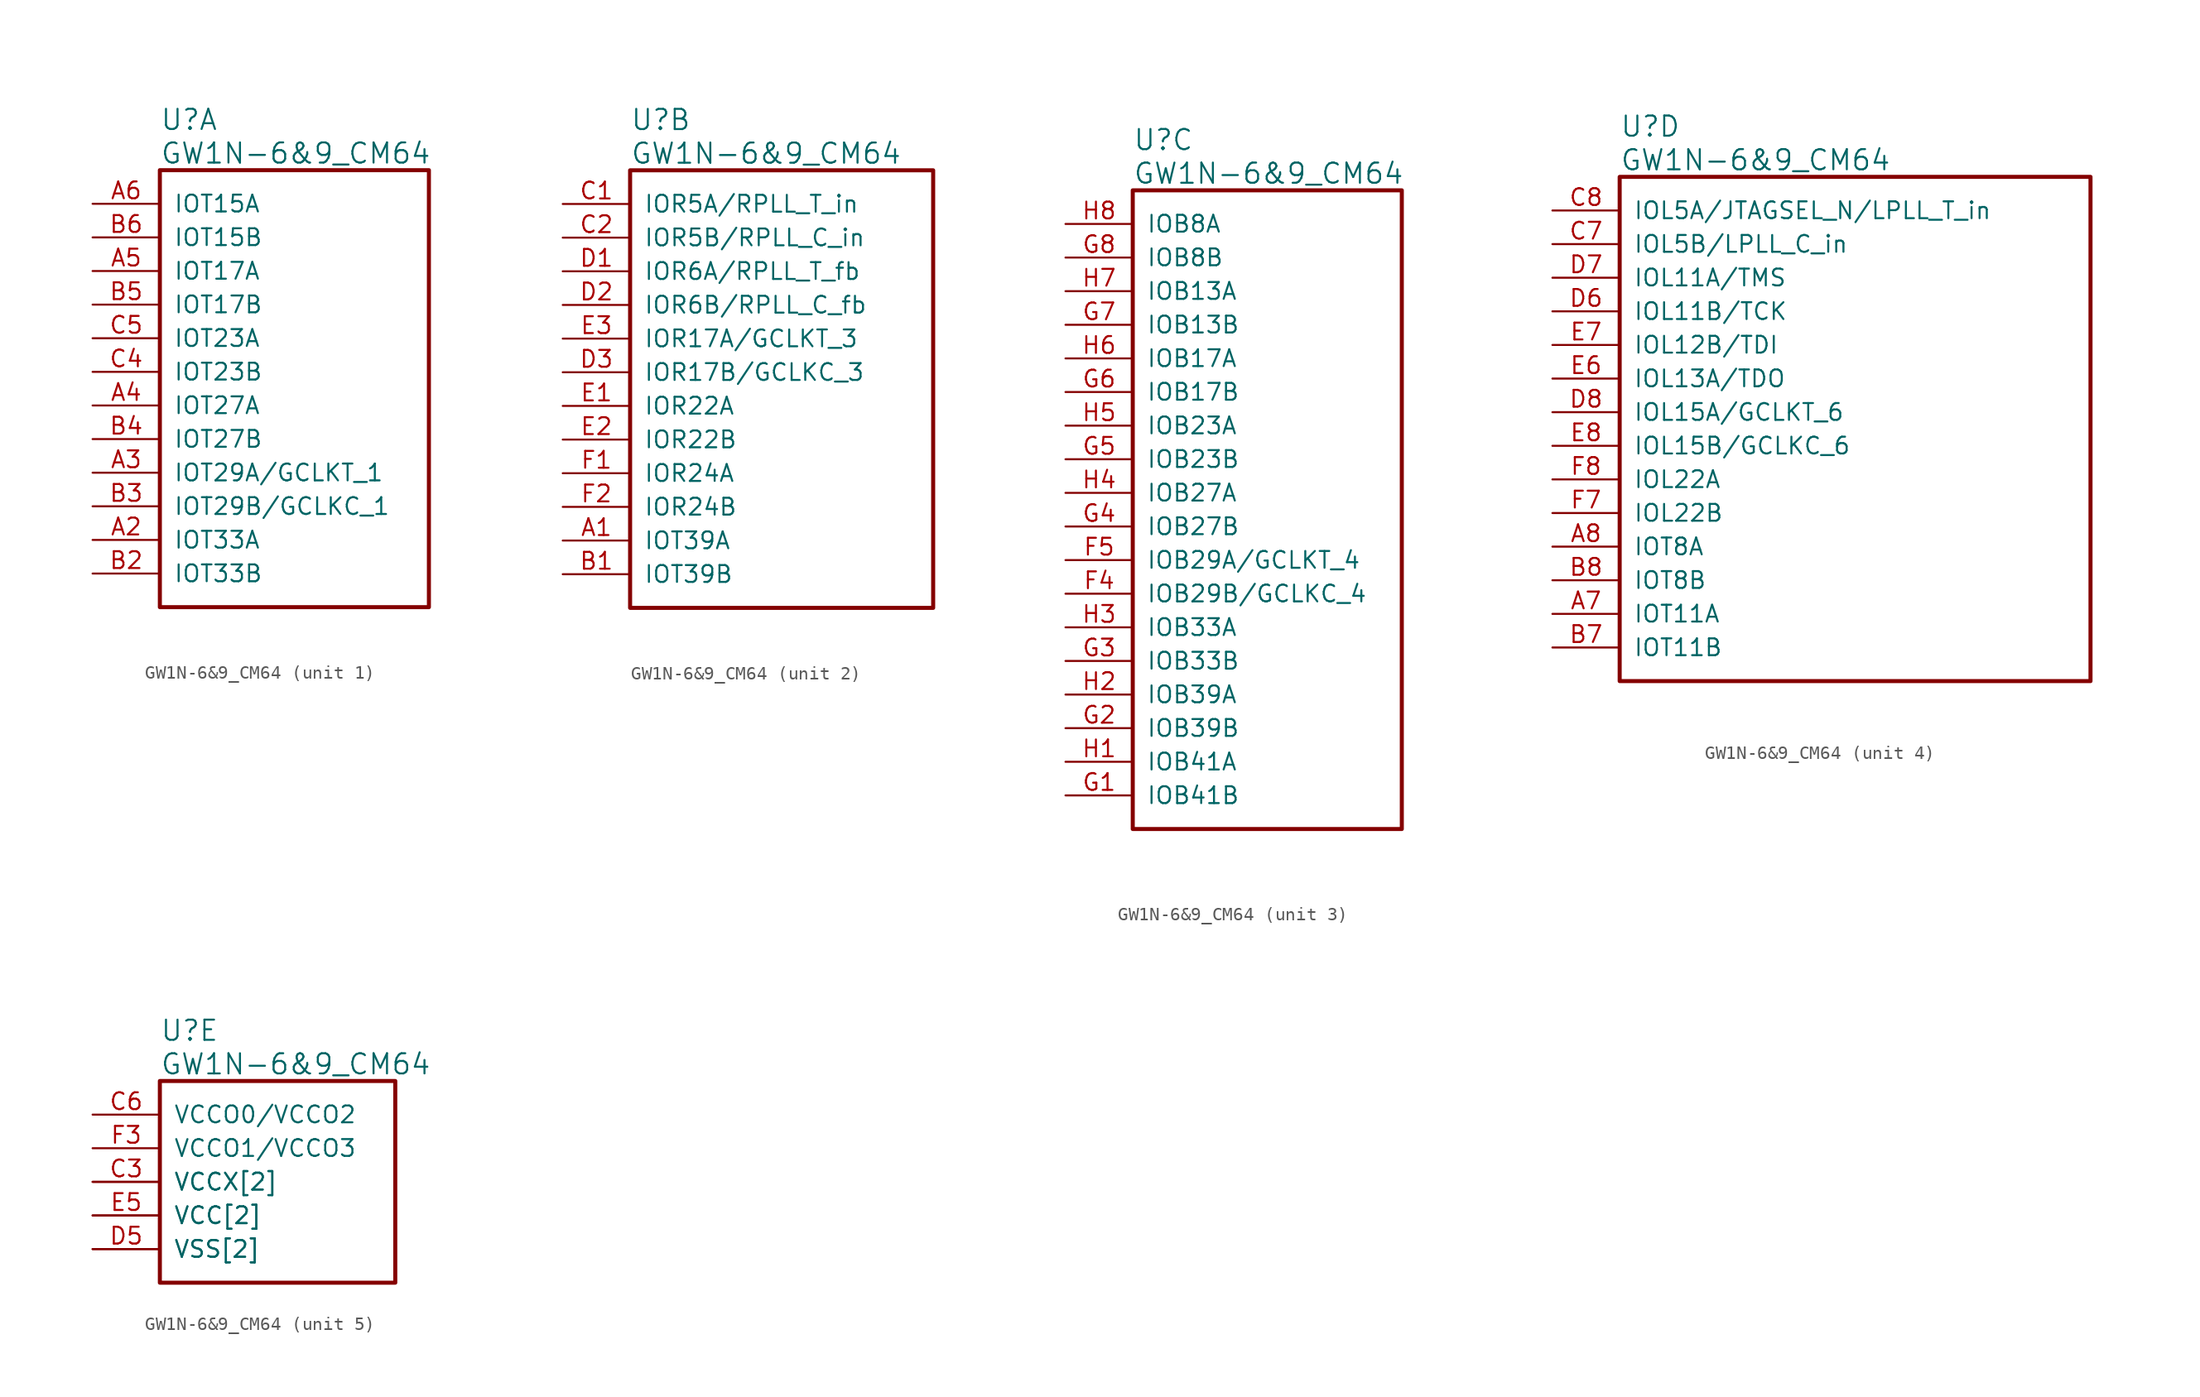
<source format=kicad_sym>
(kicad_symbol_lib
  (version 20220914)
  (generator kicad_symbol_editor)
  (symbol "GW1N-6&9_CM64"
    (pin_names
      (offset 1.016))
    (property "Reference" "U"
      (at 5.08 6.35 0)
      (effects (font (size 1.524 1.524)) (justify left)))
    (property "Value" "GW1N-6&9_CM64"
      (at 5.08 3.81 0)
      (effects (font (size 1.524 1.524)) (justify left)))
    (property "ki_locked" ""
      (at 0 0 0)
      (effects (font (size 1.27 1.27))))
    (symbol "GW1N-6&9_CM64_1_1"
      (rectangle (start 5.08 2.54) (end 25.4 -30.48) (stroke (width 0.305) (type solid)) (fill (type none)))
      (pin bidirectional line (at 0 -25.4 0) (length 5.08) (name "IOT33A" (effects (font (size 1.27 1.27)))) (number "A2" (effects (font (size 1.27 1.27)))))
      (pin bidirectional line (at 0 -20.32 0) (length 5.08) (name "IOT29A/GCLKT_1" (effects (font (size 1.27 1.27)))) (number "A3" (effects (font (size 1.27 1.27)))))
      (pin bidirectional line (at 0 -15.24 0) (length 5.08) (name "IOT27A" (effects (font (size 1.27 1.27)))) (number "A4" (effects (font (size 1.27 1.27)))))
      (pin bidirectional line (at 0 -5.08 0) (length 5.08) (name "IOT17A" (effects (font (size 1.27 1.27)))) (number "A5" (effects (font (size 1.27 1.27)))))
      (pin bidirectional line (at 0 0 0) (length 5.08) (name "IOT15A" (effects (font (size 1.27 1.27)))) (number "A6" (effects (font (size 1.27 1.27)))))
      (pin bidirectional line (at 0 -27.94 0) (length 5.08) (name "IOT33B" (effects (font (size 1.27 1.27)))) (number "B2" (effects (font (size 1.27 1.27)))))
      (pin bidirectional line (at 0 -22.86 0) (length 5.08) (name "IOT29B/GCLKC_1" (effects (font (size 1.27 1.27)))) (number "B3" (effects (font (size 1.27 1.27)))))
      (pin bidirectional line (at 0 -17.78 0) (length 5.08) (name "IOT27B" (effects (font (size 1.27 1.27)))) (number "B4" (effects (font (size 1.27 1.27)))))
      (pin bidirectional line (at 0 -7.62 0) (length 5.08) (name "IOT17B" (effects (font (size 1.27 1.27)))) (number "B5" (effects (font (size 1.27 1.27)))))
      (pin bidirectional line (at 0 -2.54 0) (length 5.08) (name "IOT15B" (effects (font (size 1.27 1.27)))) (number "B6" (effects (font (size 1.27 1.27)))))
      (pin bidirectional line (at 0 -12.7 0) (length 5.08) (name "IOT23B" (effects (font (size 1.27 1.27)))) (number "C4" (effects (font (size 1.27 1.27)))))
      (pin bidirectional line (at 0 -10.16 0) (length 5.08) (name "IOT23A" (effects (font (size 1.27 1.27)))) (number "C5" (effects (font (size 1.27 1.27))))))
    (symbol "GW1N-6&9_CM64_2_1"
      (rectangle (start 5.08 2.54) (end 27.94 -30.48) (stroke (width 0.305) (type solid)) (fill (type none)))
      (pin bidirectional line (at 0 -25.4 0) (length 5.08) (name "IOT39A" (effects (font (size 1.27 1.27)))) (number "A1" (effects (font (size 1.27 1.27)))))
      (pin bidirectional line (at 0 -27.94 0) (length 5.08) (name "IOT39B" (effects (font (size 1.27 1.27)))) (number "B1" (effects (font (size 1.27 1.27)))))
      (pin bidirectional line (at 0 0 0) (length 5.08) (name "IOR5A/RPLL_T_in" (effects (font (size 1.27 1.27)))) (number "C1" (effects (font (size 1.27 1.27)))))
      (pin bidirectional line (at 0 -2.54 0) (length 5.08) (name "IOR5B/RPLL_C_in" (effects (font (size 1.27 1.27)))) (number "C2" (effects (font (size 1.27 1.27)))))
      (pin bidirectional line (at 0 -5.08 0) (length 5.08) (name "IOR6A/RPLL_T_fb" (effects (font (size 1.27 1.27)))) (number "D1" (effects (font (size 1.27 1.27)))))
      (pin bidirectional line (at 0 -7.62 0) (length 5.08) (name "IOR6B/RPLL_C_fb" (effects (font (size 1.27 1.27)))) (number "D2" (effects (font (size 1.27 1.27)))))
      (pin bidirectional line (at 0 -12.7 0) (length 5.08) (name "IOR17B/GCLKC_3" (effects (font (size 1.27 1.27)))) (number "D3" (effects (font (size 1.27 1.27)))))
      (pin bidirectional line (at 0 -15.24 0) (length 5.08) (name "IOR22A" (effects (font (size 1.27 1.27)))) (number "E1" (effects (font (size 1.27 1.27)))))
      (pin bidirectional line (at 0 -17.78 0) (length 5.08) (name "IOR22B" (effects (font (size 1.27 1.27)))) (number "E2" (effects (font (size 1.27 1.27)))))
      (pin bidirectional line (at 0 -10.16 0) (length 5.08) (name "IOR17A/GCLKT_3" (effects (font (size 1.27 1.27)))) (number "E3" (effects (font (size 1.27 1.27)))))
      (pin bidirectional line (at 0 -20.32 0) (length 5.08) (name "IOR24A" (effects (font (size 1.27 1.27)))) (number "F1" (effects (font (size 1.27 1.27)))))
      (pin bidirectional line (at 0 -22.86 0) (length 5.08) (name "IOR24B" (effects (font (size 1.27 1.27)))) (number "F2" (effects (font (size 1.27 1.27))))))
    (symbol "GW1N-6&9_CM64_3_1"
      (rectangle (start 5.08 2.54) (end 25.4 -45.72) (stroke (width 0.305) (type solid)) (fill (type none)))
      (pin bidirectional line (at 0 -27.94 0) (length 5.08) (name "IOB29B/GCLKC_4" (effects (font (size 1.27 1.27)))) (number "F4" (effects (font (size 1.27 1.27)))))
      (pin bidirectional line (at 0 -25.4 0) (length 5.08) (name "IOB29A/GCLKT_4" (effects (font (size 1.27 1.27)))) (number "F5" (effects (font (size 1.27 1.27)))))
      (pin bidirectional line (at 0 -43.18 0) (length 5.08) (name "IOB41B" (effects (font (size 1.27 1.27)))) (number "G1" (effects (font (size 1.27 1.27)))))
      (pin bidirectional line (at 0 -38.1 0) (length 5.08) (name "IOB39B" (effects (font (size 1.27 1.27)))) (number "G2" (effects (font (size 1.27 1.27)))))
      (pin bidirectional line (at 0 -33.02 0) (length 5.08) (name "IOB33B" (effects (font (size 1.27 1.27)))) (number "G3" (effects (font (size 1.27 1.27)))))
      (pin bidirectional line (at 0 -22.86 0) (length 5.08) (name "IOB27B" (effects (font (size 1.27 1.27)))) (number "G4" (effects (font (size 1.27 1.27)))))
      (pin bidirectional line (at 0 -17.78 0) (length 5.08) (name "IOB23B" (effects (font (size 1.27 1.27)))) (number "G5" (effects (font (size 1.27 1.27)))))
      (pin bidirectional line (at 0 -12.7 0) (length 5.08) (name "IOB17B" (effects (font (size 1.27 1.27)))) (number "G6" (effects (font (size 1.27 1.27)))))
      (pin bidirectional line (at 0 -7.62 0) (length 5.08) (name "IOB13B" (effects (font (size 1.27 1.27)))) (number "G7" (effects (font (size 1.27 1.27)))))
      (pin bidirectional line (at 0 -2.54 0) (length 5.08) (name "IOB8B" (effects (font (size 1.27 1.27)))) (number "G8" (effects (font (size 1.27 1.27)))))
      (pin bidirectional line (at 0 -40.64 0) (length 5.08) (name "IOB41A" (effects (font (size 1.27 1.27)))) (number "H1" (effects (font (size 1.27 1.27)))))
      (pin bidirectional line (at 0 -35.56 0) (length 5.08) (name "IOB39A" (effects (font (size 1.27 1.27)))) (number "H2" (effects (font (size 1.27 1.27)))))
      (pin bidirectional line (at 0 -30.48 0) (length 5.08) (name "IOB33A" (effects (font (size 1.27 1.27)))) (number "H3" (effects (font (size 1.27 1.27)))))
      (pin bidirectional line (at 0 -20.32 0) (length 5.08) (name "IOB27A" (effects (font (size 1.27 1.27)))) (number "H4" (effects (font (size 1.27 1.27)))))
      (pin bidirectional line (at 0 -15.24 0) (length 5.08) (name "IOB23A" (effects (font (size 1.27 1.27)))) (number "H5" (effects (font (size 1.27 1.27)))))
      (pin bidirectional line (at 0 -10.16 0) (length 5.08) (name "IOB17A" (effects (font (size 1.27 1.27)))) (number "H6" (effects (font (size 1.27 1.27)))))
      (pin bidirectional line (at 0 -5.08 0) (length 5.08) (name "IOB13A" (effects (font (size 1.27 1.27)))) (number "H7" (effects (font (size 1.27 1.27)))))
      (pin bidirectional line (at 0 0 0) (length 5.08) (name "IOB8A" (effects (font (size 1.27 1.27)))) (number "H8" (effects (font (size 1.27 1.27))))))
    (symbol "GW1N-6&9_CM64_4_1"
      (rectangle (start 5.08 2.54) (end 40.64 -35.56) (stroke (width 0.305) (type solid)) (fill (type none)))
      (pin bidirectional line (at 0 -30.48 0) (length 5.08) (name "IOT11A" (effects (font (size 1.27 1.27)))) (number "A7" (effects (font (size 1.27 1.27)))))
      (pin bidirectional line (at 0 -25.4 0) (length 5.08) (name "IOT8A" (effects (font (size 1.27 1.27)))) (number "A8" (effects (font (size 1.27 1.27)))))
      (pin bidirectional line (at 0 -33.02 0) (length 5.08) (name "IOT11B" (effects (font (size 1.27 1.27)))) (number "B7" (effects (font (size 1.27 1.27)))))
      (pin bidirectional line (at 0 -27.94 0) (length 5.08) (name "IOT8B" (effects (font (size 1.27 1.27)))) (number "B8" (effects (font (size 1.27 1.27)))))
      (pin bidirectional line (at 0 -2.54 0) (length 5.08) (name "IOL5B/LPLL_C_in" (effects (font (size 1.27 1.27)))) (number "C7" (effects (font (size 1.27 1.27)))))
      (pin bidirectional line (at 0 0 0) (length 5.08) (name "IOL5A/JTAGSEL_N/LPLL_T_in" (effects (font (size 1.27 1.27)))) (number "C8" (effects (font (size 1.27 1.27)))))
      (pin bidirectional line (at 0 -7.62 0) (length 5.08) (name "IOL11B/TCK" (effects (font (size 1.27 1.27)))) (number "D6" (effects (font (size 1.27 1.27)))))
      (pin bidirectional line (at 0 -5.08 0) (length 5.08) (name "IOL11A/TMS" (effects (font (size 1.27 1.27)))) (number "D7" (effects (font (size 1.27 1.27)))))
      (pin bidirectional line (at 0 -15.24 0) (length 5.08) (name "IOL15A/GCLKT_6" (effects (font (size 1.27 1.27)))) (number "D8" (effects (font (size 1.27 1.27)))))
      (pin bidirectional line (at 0 -12.7 0) (length 5.08) (name "IOL13A/TDO" (effects (font (size 1.27 1.27)))) (number "E6" (effects (font (size 1.27 1.27)))))
      (pin bidirectional line (at 0 -10.16 0) (length 5.08) (name "IOL12B/TDI" (effects (font (size 1.27 1.27)))) (number "E7" (effects (font (size 1.27 1.27)))))
      (pin bidirectional line (at 0 -17.78 0) (length 5.08) (name "IOL15B/GCLKC_6" (effects (font (size 1.27 1.27)))) (number "E8" (effects (font (size 1.27 1.27)))))
      (pin bidirectional line (at 0 -22.86 0) (length 5.08) (name "IOL22B" (effects (font (size 1.27 1.27)))) (number "F7" (effects (font (size 1.27 1.27)))))
      (pin bidirectional line (at 0 -20.32 0) (length 5.08) (name "IOL22A" (effects (font (size 1.27 1.27)))) (number "F8" (effects (font (size 1.27 1.27))))))
    (symbol "GW1N-6&9_CM64_5_1"
      (rectangle (start 5.08 2.54) (end 22.86 -12.7) (stroke (width 0.305) (type solid)) (fill (type none)))
      (pin power_in line (at 0 -5.08 0) (length 5.08) (name "VCCX[2]" (effects (font (size 1.27 1.27)))) (number "C3" (effects (font (size 1.27 1.27)))))
      (pin power_in line (at 0 0 0) (length 5.08) (name "VCCO0/VCCO2" (effects (font (size 1.27 1.27)))) (number "C6" (effects (font (size 1.27 1.27)))))
      (pin power_in line (at 0 -7.62 0) (length 5.08) (name "VCC[2]" (effects (font (size 1.27 1.27)))) (number "D4" (effects (font (size 0 0)))))
      (pin power_in line (at 0 -10.16 0) (length 5.08) (name "VSS[2]" (effects (font (size 1.27 1.27)))) (number "D5" (effects (font (size 1.27 1.27)))))
      (pin power_in line (at 0 -10.16 0) (length 5.08) (name "VSS[2]" (effects (font (size 1.27 1.27)))) (number "E4" (effects (font (size 0 0)))))
      (pin power_in line (at 0 -7.62 0) (length 5.08) (name "VCC[2]" (effects (font (size 1.27 1.27)))) (number "E5" (effects (font (size 1.27 1.27)))))
      (pin power_in line (at 0 -2.54 0) (length 5.08) (name "VCCO1/VCCO3" (effects (font (size 1.27 1.27)))) (number "F3" (effects (font (size 1.27 1.27)))))
      (pin power_in line (at 0 -5.08 0) (length 5.08) (name "VCCX[2]" (effects (font (size 1.27 1.27)))) (number "F6" (effects (font (size 0 0))))))))
</source>
